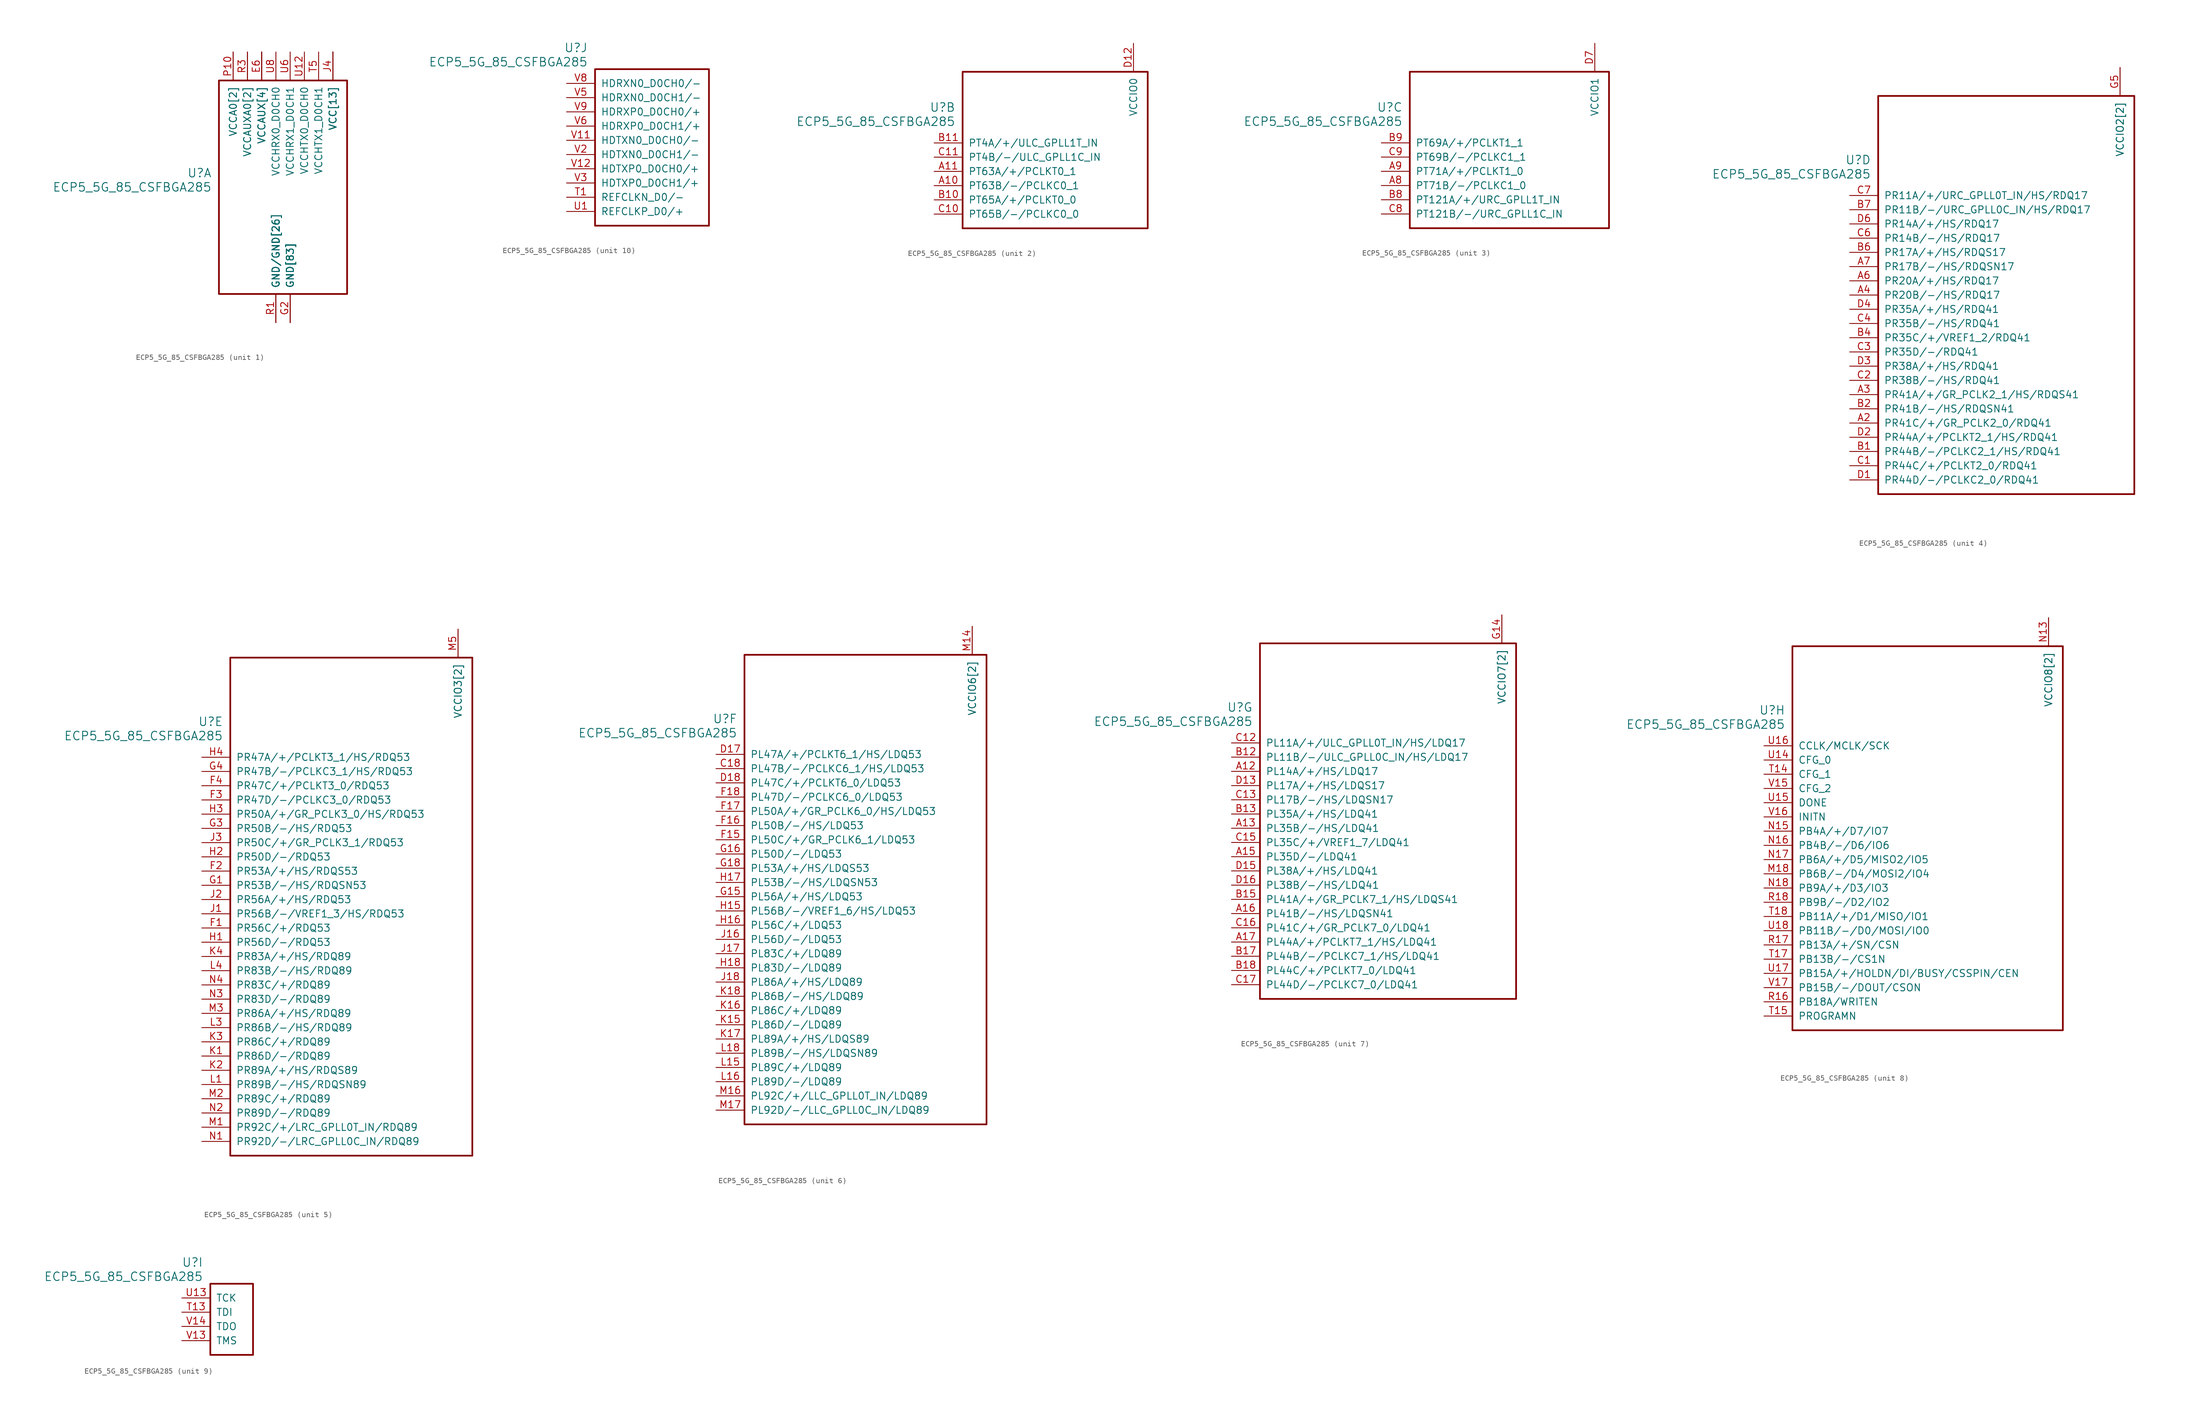
<source format=kicad_sym>
(kicad_symbol_lib
  (version 20211014)
  (generator kicad_symbol_editor)
  (symbol "ECP5_5G_85_CSFBGA285"
    (pin_names
      (offset 1.016))
    (property "Reference" "U"
      (at 3.81 6.35 0)
      (effects (font (size 1.524 1.524)) (justify right)))
    (property "Value" "ECP5_5G_85_CSFBGA285"
      (at 3.81 3.81 0)
      (effects (font (size 1.524 1.524)) (justify right)))
    (property "ki_locked" ""
      (at 0 0 0)
      (effects (font (size 1.27 1.27))))
    (symbol "ECP5_5G_85_CSFBGA285_1_1"
      (rectangle (start 5.08 22.86) (end 27.94 -15.24) (stroke (width 0.305) (type default) (color 0 0 0 0)) (fill (type none)))
      (pin power_in line (at 17.78 -20.32 90) (length 5.08) (name "GND[83]" (effects (font (size 1.27 1.27)))) (number "B16" (effects (font (size 0 0)))))
      (pin power_in line (at 17.78 -20.32 90) (length 5.08) (name "GND[83]" (effects (font (size 1.27 1.27)))) (number "B3" (effects (font (size 0 0)))))
      (pin power_in line (at 25.4 27.94 270) (length 5.08) (name "VCC[13]" (effects (font (size 1.27 1.27)))) (number "D10" (effects (font (size 0 0)))))
      (pin power_in line (at 25.4 27.94 270) (length 5.08) (name "VCC[13]" (effects (font (size 1.27 1.27)))) (number "D11" (effects (font (size 0 0)))))
      (pin power_in line (at 25.4 27.94 270) (length 5.08) (name "VCC[13]" (effects (font (size 1.27 1.27)))) (number "D8" (effects (font (size 0 0)))))
      (pin power_in line (at 25.4 27.94 270) (length 5.08) (name "VCC[13]" (effects (font (size 1.27 1.27)))) (number "D9" (effects (font (size 0 0)))))
      (pin power_in line (at 17.78 -20.32 90) (length 5.08) (name "GND[83]" (effects (font (size 1.27 1.27)))) (number "E10" (effects (font (size 0 0)))))
      (pin power_in line (at 17.78 -20.32 90) (length 5.08) (name "GND[83]" (effects (font (size 1.27 1.27)))) (number "E11" (effects (font (size 0 0)))))
      (pin power_in line (at 17.78 -20.32 90) (length 5.08) (name "GND[83]" (effects (font (size 1.27 1.27)))) (number "E12" (effects (font (size 0 0)))))
      (pin power_in line (at 12.7 27.94 270) (length 5.08) (name "VCCAUX[4]" (effects (font (size 1.27 1.27)))) (number "E13" (effects (font (size 0 0)))))
      (pin power_in line (at 17.78 -20.32 90) (length 5.08) (name "GND[83]" (effects (font (size 1.27 1.27)))) (number "E14" (effects (font (size 0 0)))))
      (pin power_in line (at 17.78 -20.32 90) (length 5.08) (name "GND[83]" (effects (font (size 1.27 1.27)))) (number "E5" (effects (font (size 0 0)))))
      (pin power_in line (at 12.7 27.94 270) (length 5.08) (name "VCCAUX[4]" (effects (font (size 1.27 1.27)))) (number "E6" (effects (font (size 1.27 1.27)))))
      (pin power_in line (at 17.78 -20.32 90) (length 5.08) (name "GND[83]" (effects (font (size 1.27 1.27)))) (number "E7" (effects (font (size 0 0)))))
      (pin power_in line (at 17.78 -20.32 90) (length 5.08) (name "GND[83]" (effects (font (size 1.27 1.27)))) (number "E8" (effects (font (size 0 0)))))
      (pin power_in line (at 17.78 -20.32 90) (length 5.08) (name "GND[83]" (effects (font (size 1.27 1.27)))) (number "E9" (effects (font (size 0 0)))))
      (pin power_in line (at 17.78 -20.32 90) (length 5.08) (name "GND[83]" (effects (font (size 1.27 1.27)))) (number "F10" (effects (font (size 0 0)))))
      (pin power_in line (at 17.78 -20.32 90) (length 5.08) (name "GND[83]" (effects (font (size 1.27 1.27)))) (number "F11" (effects (font (size 0 0)))))
      (pin power_in line (at 17.78 -20.32 90) (length 5.08) (name "GND[83]" (effects (font (size 1.27 1.27)))) (number "F12" (effects (font (size 0 0)))))
      (pin power_in line (at 17.78 -20.32 90) (length 5.08) (name "GND[83]" (effects (font (size 1.27 1.27)))) (number "F13" (effects (font (size 0 0)))))
      (pin power_in line (at 17.78 -20.32 90) (length 5.08) (name "GND[83]" (effects (font (size 1.27 1.27)))) (number "F14" (effects (font (size 0 0)))))
      (pin power_in line (at 17.78 -20.32 90) (length 5.08) (name "GND[83]" (effects (font (size 1.27 1.27)))) (number "F5" (effects (font (size 0 0)))))
      (pin power_in line (at 17.78 -20.32 90) (length 5.08) (name "GND[83]" (effects (font (size 1.27 1.27)))) (number "F6" (effects (font (size 0 0)))))
      (pin power_in line (at 17.78 -20.32 90) (length 5.08) (name "GND[83]" (effects (font (size 1.27 1.27)))) (number "F7" (effects (font (size 0 0)))))
      (pin power_in line (at 17.78 -20.32 90) (length 5.08) (name "GND[83]" (effects (font (size 1.27 1.27)))) (number "F8" (effects (font (size 0 0)))))
      (pin power_in line (at 17.78 -20.32 90) (length 5.08) (name "GND[83]" (effects (font (size 1.27 1.27)))) (number "F9" (effects (font (size 0 0)))))
      (pin power_in line (at 17.78 -20.32 90) (length 5.08) (name "GND[83]" (effects (font (size 1.27 1.27)))) (number "G10" (effects (font (size 0 0)))))
      (pin power_in line (at 17.78 -20.32 90) (length 5.08) (name "GND[83]" (effects (font (size 1.27 1.27)))) (number "G11" (effects (font (size 0 0)))))
      (pin power_in line (at 17.78 -20.32 90) (length 5.08) (name "GND[83]" (effects (font (size 1.27 1.27)))) (number "G12" (effects (font (size 0 0)))))
      (pin power_in line (at 17.78 -20.32 90) (length 5.08) (name "GND[83]" (effects (font (size 1.27 1.27)))) (number "G13" (effects (font (size 0 0)))))
      (pin power_in line (at 17.78 -20.32 90) (length 5.08) (name "GND[83]" (effects (font (size 1.27 1.27)))) (number "G17" (effects (font (size 0 0)))))
      (pin power_in line (at 17.78 -20.32 90) (length 5.08) (name "GND[83]" (effects (font (size 1.27 1.27)))) (number "G2" (effects (font (size 1.27 1.27)))))
      (pin power_in line (at 17.78 -20.32 90) (length 5.08) (name "GND[83]" (effects (font (size 1.27 1.27)))) (number "G6" (effects (font (size 0 0)))))
      (pin power_in line (at 17.78 -20.32 90) (length 5.08) (name "GND[83]" (effects (font (size 1.27 1.27)))) (number "G7" (effects (font (size 0 0)))))
      (pin power_in line (at 17.78 -20.32 90) (length 5.08) (name "GND[83]" (effects (font (size 1.27 1.27)))) (number "G8" (effects (font (size 0 0)))))
      (pin power_in line (at 17.78 -20.32 90) (length 5.08) (name "GND[83]" (effects (font (size 1.27 1.27)))) (number "G9" (effects (font (size 0 0)))))
      (pin power_in line (at 17.78 -20.32 90) (length 5.08) (name "GND[83]" (effects (font (size 1.27 1.27)))) (number "H10" (effects (font (size 0 0)))))
      (pin power_in line (at 17.78 -20.32 90) (length 5.08) (name "GND[83]" (effects (font (size 1.27 1.27)))) (number "H11" (effects (font (size 0 0)))))
      (pin power_in line (at 17.78 -20.32 90) (length 5.08) (name "GND[83]" (effects (font (size 1.27 1.27)))) (number "H12" (effects (font (size 0 0)))))
      (pin power_in line (at 17.78 -20.32 90) (length 5.08) (name "GND[83]" (effects (font (size 1.27 1.27)))) (number "H13" (effects (font (size 0 0)))))
      (pin power_in line (at 17.78 -20.32 90) (length 5.08) (name "GND[83]" (effects (font (size 1.27 1.27)))) (number "H6" (effects (font (size 0 0)))))
      (pin power_in line (at 17.78 -20.32 90) (length 5.08) (name "GND[83]" (effects (font (size 1.27 1.27)))) (number "H7" (effects (font (size 0 0)))))
      (pin power_in line (at 17.78 -20.32 90) (length 5.08) (name "GND[83]" (effects (font (size 1.27 1.27)))) (number "H8" (effects (font (size 0 0)))))
      (pin power_in line (at 17.78 -20.32 90) (length 5.08) (name "GND[83]" (effects (font (size 1.27 1.27)))) (number "H9" (effects (font (size 0 0)))))
      (pin power_in line (at 17.78 -20.32 90) (length 5.08) (name "GND[83]" (effects (font (size 1.27 1.27)))) (number "J10" (effects (font (size 0 0)))))
      (pin power_in line (at 17.78 -20.32 90) (length 5.08) (name "GND[83]" (effects (font (size 1.27 1.27)))) (number "J11" (effects (font (size 0 0)))))
      (pin power_in line (at 17.78 -20.32 90) (length 5.08) (name "GND[83]" (effects (font (size 1.27 1.27)))) (number "J12" (effects (font (size 0 0)))))
      (pin power_in line (at 17.78 -20.32 90) (length 5.08) (name "GND[83]" (effects (font (size 1.27 1.27)))) (number "J13" (effects (font (size 0 0)))))
      (pin power_in line (at 25.4 27.94 270) (length 5.08) (name "VCC[13]" (effects (font (size 1.27 1.27)))) (number "J14" (effects (font (size 0 0)))))
      (pin power_in line (at 25.4 27.94 270) (length 5.08) (name "VCC[13]" (effects (font (size 1.27 1.27)))) (number "J15" (effects (font (size 0 0)))))
      (pin power_in line (at 25.4 27.94 270) (length 5.08) (name "VCC[13]" (effects (font (size 1.27 1.27)))) (number "J4" (effects (font (size 1.27 1.27)))))
      (pin power_in line (at 25.4 27.94 270) (length 5.08) (name "VCC[13]" (effects (font (size 1.27 1.27)))) (number "J5" (effects (font (size 0 0)))))
      (pin power_in line (at 17.78 -20.32 90) (length 5.08) (name "GND[83]" (effects (font (size 1.27 1.27)))) (number "J6" (effects (font (size 0 0)))))
      (pin power_in line (at 17.78 -20.32 90) (length 5.08) (name "GND[83]" (effects (font (size 1.27 1.27)))) (number "J7" (effects (font (size 0 0)))))
      (pin power_in line (at 17.78 -20.32 90) (length 5.08) (name "GND[83]" (effects (font (size 1.27 1.27)))) (number "J8" (effects (font (size 0 0)))))
      (pin power_in line (at 17.78 -20.32 90) (length 5.08) (name "GND[83]" (effects (font (size 1.27 1.27)))) (number "J9" (effects (font (size 0 0)))))
      (pin power_in line (at 17.78 -20.32 90) (length 5.08) (name "GND[83]" (effects (font (size 1.27 1.27)))) (number "K10" (effects (font (size 0 0)))))
      (pin power_in line (at 17.78 -20.32 90) (length 5.08) (name "GND[83]" (effects (font (size 1.27 1.27)))) (number "K11" (effects (font (size 0 0)))))
      (pin power_in line (at 17.78 -20.32 90) (length 5.08) (name "GND[83]" (effects (font (size 1.27 1.27)))) (number "K12" (effects (font (size 0 0)))))
      (pin power_in line (at 17.78 -20.32 90) (length 5.08) (name "GND[83]" (effects (font (size 1.27 1.27)))) (number "K13" (effects (font (size 0 0)))))
      (pin power_in line (at 17.78 -20.32 90) (length 5.08) (name "GND[83]" (effects (font (size 1.27 1.27)))) (number "K14" (effects (font (size 0 0)))))
      (pin power_in line (at 17.78 -20.32 90) (length 5.08) (name "GND[83]" (effects (font (size 1.27 1.27)))) (number "K5" (effects (font (size 0 0)))))
      (pin power_in line (at 17.78 -20.32 90) (length 5.08) (name "GND[83]" (effects (font (size 1.27 1.27)))) (number "K6" (effects (font (size 0 0)))))
      (pin power_in line (at 17.78 -20.32 90) (length 5.08) (name "GND[83]" (effects (font (size 1.27 1.27)))) (number "K7" (effects (font (size 0 0)))))
      (pin power_in line (at 17.78 -20.32 90) (length 5.08) (name "GND[83]" (effects (font (size 1.27 1.27)))) (number "K8" (effects (font (size 0 0)))))
      (pin power_in line (at 17.78 -20.32 90) (length 5.08) (name "GND[83]" (effects (font (size 1.27 1.27)))) (number "K9" (effects (font (size 0 0)))))
      (pin power_in line (at 17.78 -20.32 90) (length 5.08) (name "GND[83]" (effects (font (size 1.27 1.27)))) (number "L10" (effects (font (size 0 0)))))
      (pin power_in line (at 17.78 -20.32 90) (length 5.08) (name "GND[83]" (effects (font (size 1.27 1.27)))) (number "L11" (effects (font (size 0 0)))))
      (pin power_in line (at 17.78 -20.32 90) (length 5.08) (name "GND[83]" (effects (font (size 1.27 1.27)))) (number "L12" (effects (font (size 0 0)))))
      (pin power_in line (at 17.78 -20.32 90) (length 5.08) (name "GND[83]" (effects (font (size 1.27 1.27)))) (number "L13" (effects (font (size 0 0)))))
      (pin power_in line (at 17.78 -20.32 90) (length 5.08) (name "GND[83]" (effects (font (size 1.27 1.27)))) (number "L14" (effects (font (size 0 0)))))
      (pin power_in line (at 17.78 -20.32 90) (length 5.08) (name "GND[83]" (effects (font (size 1.27 1.27)))) (number "L17" (effects (font (size 0 0)))))
      (pin power_in line (at 17.78 -20.32 90) (length 5.08) (name "GND[83]" (effects (font (size 1.27 1.27)))) (number "L2" (effects (font (size 0 0)))))
      (pin power_in line (at 17.78 -20.32 90) (length 5.08) (name "GND[83]" (effects (font (size 1.27 1.27)))) (number "L5" (effects (font (size 0 0)))))
      (pin power_in line (at 17.78 -20.32 90) (length 5.08) (name "GND[83]" (effects (font (size 1.27 1.27)))) (number "L6" (effects (font (size 0 0)))))
      (pin power_in line (at 17.78 -20.32 90) (length 5.08) (name "GND[83]" (effects (font (size 1.27 1.27)))) (number "L7" (effects (font (size 0 0)))))
      (pin power_in line (at 17.78 -20.32 90) (length 5.08) (name "GND[83]" (effects (font (size 1.27 1.27)))) (number "L8" (effects (font (size 0 0)))))
      (pin power_in line (at 17.78 -20.32 90) (length 5.08) (name "GND[83]" (effects (font (size 1.27 1.27)))) (number "L9" (effects (font (size 0 0)))))
      (pin power_in line (at 17.78 -20.32 90) (length 5.08) (name "GND[83]" (effects (font (size 1.27 1.27)))) (number "M10" (effects (font (size 0 0)))))
      (pin power_in line (at 17.78 -20.32 90) (length 5.08) (name "GND[83]" (effects (font (size 1.27 1.27)))) (number "M11" (effects (font (size 0 0)))))
      (pin power_in line (at 17.78 -20.32 90) (length 5.08) (name "GND[83]" (effects (font (size 1.27 1.27)))) (number "M12" (effects (font (size 0 0)))))
      (pin power_in line (at 17.78 -20.32 90) (length 5.08) (name "GND[83]" (effects (font (size 1.27 1.27)))) (number "M13" (effects (font (size 0 0)))))
      (pin power_in line (at 25.4 27.94 270) (length 5.08) (name "VCC[13]" (effects (font (size 1.27 1.27)))) (number "M15" (effects (font (size 0 0)))))
      (pin power_in line (at 25.4 27.94 270) (length 5.08) (name "VCC[13]" (effects (font (size 1.27 1.27)))) (number "M4" (effects (font (size 0 0)))))
      (pin power_in line (at 17.78 -20.32 90) (length 5.08) (name "GND[83]" (effects (font (size 1.27 1.27)))) (number "M6" (effects (font (size 0 0)))))
      (pin power_in line (at 17.78 -20.32 90) (length 5.08) (name "GND[83]" (effects (font (size 1.27 1.27)))) (number "M7" (effects (font (size 0 0)))))
      (pin power_in line (at 17.78 -20.32 90) (length 5.08) (name "GND[83]" (effects (font (size 1.27 1.27)))) (number "M8" (effects (font (size 0 0)))))
      (pin power_in line (at 17.78 -20.32 90) (length 5.08) (name "GND[83]" (effects (font (size 1.27 1.27)))) (number "M9" (effects (font (size 0 0)))))
      (pin power_in line (at 17.78 -20.32 90) (length 5.08) (name "GND[83]" (effects (font (size 1.27 1.27)))) (number "N10" (effects (font (size 0 0)))))
      (pin power_in line (at 17.78 -20.32 90) (length 5.08) (name "GND[83]" (effects (font (size 1.27 1.27)))) (number "N11" (effects (font (size 0 0)))))
      (pin power_in line (at 17.78 -20.32 90) (length 5.08) (name "GND[83]" (effects (font (size 1.27 1.27)))) (number "N12" (effects (font (size 0 0)))))
      (pin power_in line (at 12.7 27.94 270) (length 5.08) (name "VCCAUX[4]" (effects (font (size 1.27 1.27)))) (number "N6" (effects (font (size 0 0)))))
      (pin power_in line (at 17.78 -20.32 90) (length 5.08) (name "GND[83]" (effects (font (size 1.27 1.27)))) (number "N7" (effects (font (size 0 0)))))
      (pin power_in line (at 17.78 -20.32 90) (length 5.08) (name "GND[83]" (effects (font (size 1.27 1.27)))) (number "N8" (effects (font (size 0 0)))))
      (pin power_in line (at 17.78 -20.32 90) (length 5.08) (name "GND[83]" (effects (font (size 1.27 1.27)))) (number "N9" (effects (font (size 0 0)))))
      (pin power_in line (at 7.62 27.94 270) (length 5.08) (name "VCCA0[2]" (effects (font (size 1.27 1.27)))) (number "P10" (effects (font (size 1.27 1.27)))))
      (pin power_in line (at 25.4 27.94 270) (length 5.08) (name "VCC[13]" (effects (font (size 1.27 1.27)))) (number "P11" (effects (font (size 0 0)))))
      (pin power_in line (at 15.24 -20.32 90) (length 5.08) (name "GND/GND[26]" (effects (font (size 1.27 1.27)))) (number "P12" (effects (font (size 0 0)))))
      (pin power_in line (at 12.7 27.94 270) (length 5.08) (name "VCCAUX[4]" (effects (font (size 1.27 1.27)))) (number "P13" (effects (font (size 0 0)))))
      (pin power_in line (at 10.16 27.94 270) (length 5.08) (name "VCCAUXA0[2]" (effects (font (size 1.27 1.27)))) (number "P5" (effects (font (size 0 0)))))
      (pin power_in line (at 15.24 -20.32 90) (length 5.08) (name "GND/GND[26]" (effects (font (size 1.27 1.27)))) (number "P6" (effects (font (size 0 0)))))
      (pin power_in line (at 25.4 27.94 270) (length 5.08) (name "VCC[13]" (effects (font (size 1.27 1.27)))) (number "P7" (effects (font (size 0 0)))))
      (pin power_in line (at 15.24 -20.32 90) (length 5.08) (name "GND/GND[26]" (effects (font (size 1.27 1.27)))) (number "P8" (effects (font (size 0 0)))))
      (pin power_in line (at 25.4 27.94 270) (length 5.08) (name "VCC[13]" (effects (font (size 1.27 1.27)))) (number "P9" (effects (font (size 0 0)))))
      (pin power_in line (at 15.24 -20.32 90) (length 5.08) (name "GND/GND[26]" (effects (font (size 1.27 1.27)))) (number "R1" (effects (font (size 1.27 1.27)))))
      (pin power_in line (at 7.62 27.94 270) (length 5.08) (name "VCCA0[2]" (effects (font (size 1.27 1.27)))) (number "R10" (effects (font (size 0 0)))))
      (pin power_in line (at 15.24 -20.32 90) (length 5.08) (name "GND/GND[26]" (effects (font (size 1.27 1.27)))) (number "R2" (effects (font (size 0 0)))))
      (pin power_in line (at 10.16 27.94 270) (length 5.08) (name "VCCAUXA0[2]" (effects (font (size 1.27 1.27)))) (number "R3" (effects (font (size 1.27 1.27)))))
      (pin power_in line (at 15.24 -20.32 90) (length 5.08) (name "GND/GND[26]" (effects (font (size 1.27 1.27)))) (number "T10" (effects (font (size 0 0)))))
      (pin power_in line (at 15.24 -20.32 90) (length 5.08) (name "GND/GND[26]" (effects (font (size 1.27 1.27)))) (number "T11" (effects (font (size 0 0)))))
      (pin power_in line (at 15.24 -20.32 90) (length 5.08) (name "GND/GND[26]" (effects (font (size 1.27 1.27)))) (number "T12" (effects (font (size 0 0)))))
      (pin power_in line (at 17.78 -20.32 90) (length 5.08) (name "GND[83]" (effects (font (size 1.27 1.27)))) (number "T16" (effects (font (size 0 0)))))
      (pin power_in line (at 15.24 -20.32 90) (length 5.08) (name "GND/GND[26]" (effects (font (size 1.27 1.27)))) (number "T2" (effects (font (size 0 0)))))
      (pin power_in line (at 15.24 -20.32 90) (length 5.08) (name "GND/GND[26]" (effects (font (size 1.27 1.27)))) (number "T3" (effects (font (size 0 0)))))
      (pin power_in line (at 15.24 -20.32 90) (length 5.08) (name "GND/GND[26]" (effects (font (size 1.27 1.27)))) (number "T4" (effects (font (size 0 0)))))
      (pin power_in line (at 22.86 27.94 270) (length 5.08) (name "VCCHTX1_D0CH1" (effects (font (size 1.27 1.27)))) (number "T5" (effects (font (size 1.27 1.27)))))
      (pin power_in line (at 15.24 -20.32 90) (length 5.08) (name "GND/GND[26]" (effects (font (size 1.27 1.27)))) (number "T6" (effects (font (size 0 0)))))
      (pin power_in line (at 15.24 -20.32 90) (length 5.08) (name "GND/GND[26]" (effects (font (size 1.27 1.27)))) (number "T7" (effects (font (size 0 0)))))
      (pin power_in line (at 15.24 -20.32 90) (length 5.08) (name "GND/GND[26]" (effects (font (size 1.27 1.27)))) (number "T8" (effects (font (size 0 0)))))
      (pin power_in line (at 15.24 -20.32 90) (length 5.08) (name "GND/GND[26]" (effects (font (size 1.27 1.27)))) (number "T9" (effects (font (size 0 0)))))
      (pin power_in line (at 15.24 -20.32 90) (length 5.08) (name "GND/GND[26]" (effects (font (size 1.27 1.27)))) (number "U10" (effects (font (size 0 0)))))
      (pin power_in line (at 15.24 -20.32 90) (length 5.08) (name "GND/GND[26]" (effects (font (size 1.27 1.27)))) (number "U11" (effects (font (size 0 0)))))
      (pin power_in line (at 20.32 27.94 270) (length 5.08) (name "VCCHTX0_D0CH0" (effects (font (size 1.27 1.27)))) (number "U12" (effects (font (size 1.27 1.27)))))
      (pin power_in line (at 15.24 -20.32 90) (length 5.08) (name "GND/GND[26]" (effects (font (size 1.27 1.27)))) (number "U2" (effects (font (size 0 0)))))
      (pin power_in line (at 15.24 -20.32 90) (length 5.08) (name "GND/GND[26]" (effects (font (size 1.27 1.27)))) (number "U3" (effects (font (size 0 0)))))
      (pin power_in line (at 15.24 -20.32 90) (length 5.08) (name "GND/GND[26]" (effects (font (size 1.27 1.27)))) (number "U4" (effects (font (size 0 0)))))
      (pin power_in line (at 15.24 -20.32 90) (length 5.08) (name "GND/GND[26]" (effects (font (size 1.27 1.27)))) (number "U5" (effects (font (size 0 0)))))
      (pin power_in line (at 17.78 27.94 270) (length 5.08) (name "VCCHRX1_D0CH1" (effects (font (size 1.27 1.27)))) (number "U6" (effects (font (size 1.27 1.27)))))
      (pin power_in line (at 15.24 -20.32 90) (length 5.08) (name "GND/GND[26]" (effects (font (size 1.27 1.27)))) (number "U7" (effects (font (size 0 0)))))
      (pin power_in line (at 15.24 27.94 270) (length 5.08) (name "VCCHRX0_D0CH0" (effects (font (size 1.27 1.27)))) (number "U8" (effects (font (size 1.27 1.27)))))
      (pin power_in line (at 15.24 -20.32 90) (length 5.08) (name "GND/GND[26]" (effects (font (size 1.27 1.27)))) (number "U9" (effects (font (size 0 0)))))
      (pin power_in line (at 15.24 -20.32 90) (length 5.08) (name "GND/GND[26]" (effects (font (size 1.27 1.27)))) (number "V10" (effects (font (size 0 0)))))
      (pin power_in line (at 15.24 -20.32 90) (length 5.08) (name "GND/GND[26]" (effects (font (size 1.27 1.27)))) (number "V4" (effects (font (size 0 0)))))
      (pin power_in line (at 15.24 -20.32 90) (length 5.08) (name "GND/GND[26]" (effects (font (size 1.27 1.27)))) (number "V7" (effects (font (size 0 0))))))
    (symbol "ECP5_5G_85_CSFBGA285_2_1"
      (rectangle (start 5.08 12.7) (end 38.1 -15.24) (stroke (width 0.305) (type default) (color 0 0 0 0)) (fill (type none)))
      (pin bidirectional line (at 0 -7.62 0) (length 5.08) (name "PT63B/-/PCLKC0_1" (effects (font (size 1.27 1.27)))) (number "A10" (effects (font (size 1.27 1.27)))))
      (pin bidirectional line (at 0 -5.08 0) (length 5.08) (name "PT63A/+/PCLKT0_1" (effects (font (size 1.27 1.27)))) (number "A11" (effects (font (size 1.27 1.27)))))
      (pin bidirectional line (at 0 -10.16 0) (length 5.08) (name "PT65A/+/PCLKT0_0" (effects (font (size 1.27 1.27)))) (number "B10" (effects (font (size 1.27 1.27)))))
      (pin bidirectional line (at 0 0 0) (length 5.08) (name "PT4A/+/ULC_GPLL1T_IN" (effects (font (size 1.27 1.27)))) (number "B11" (effects (font (size 1.27 1.27)))))
      (pin bidirectional line (at 0 -12.7 0) (length 5.08) (name "PT65B/-/PCLKC0_0" (effects (font (size 1.27 1.27)))) (number "C10" (effects (font (size 1.27 1.27)))))
      (pin bidirectional line (at 0 -2.54 0) (length 5.08) (name "PT4B/-/ULC_GPLL1C_IN" (effects (font (size 1.27 1.27)))) (number "C11" (effects (font (size 1.27 1.27)))))
      (pin power_in line (at 35.56 17.78 270) (length 5.08) (name "VCCIO0" (effects (font (size 1.27 1.27)))) (number "D12" (effects (font (size 1.27 1.27))))))
    (symbol "ECP5_5G_85_CSFBGA285_3_1"
      (rectangle (start 5.08 12.7) (end 40.64 -15.24) (stroke (width 0.305) (type default) (color 0 0 0 0)) (fill (type none)))
      (pin bidirectional line (at 0 -7.62 0) (length 5.08) (name "PT71B/-/PCLKC1_0" (effects (font (size 1.27 1.27)))) (number "A8" (effects (font (size 1.27 1.27)))))
      (pin bidirectional line (at 0 -5.08 0) (length 5.08) (name "PT71A/+/PCLKT1_0" (effects (font (size 1.27 1.27)))) (number "A9" (effects (font (size 1.27 1.27)))))
      (pin bidirectional line (at 0 -10.16 0) (length 5.08) (name "PT121A/+/URC_GPLL1T_IN" (effects (font (size 1.27 1.27)))) (number "B8" (effects (font (size 1.27 1.27)))))
      (pin bidirectional line (at 0 0 0) (length 5.08) (name "PT69A/+/PCLKT1_1" (effects (font (size 1.27 1.27)))) (number "B9" (effects (font (size 1.27 1.27)))))
      (pin bidirectional line (at 0 -12.7 0) (length 5.08) (name "PT121B/-/URC_GPLL1C_IN" (effects (font (size 1.27 1.27)))) (number "C8" (effects (font (size 1.27 1.27)))))
      (pin bidirectional line (at 0 -2.54 0) (length 5.08) (name "PT69B/-/PCLKC1_1" (effects (font (size 1.27 1.27)))) (number "C9" (effects (font (size 1.27 1.27)))))
      (pin power_in line (at 38.1 17.78 270) (length 5.08) (name "VCCIO1" (effects (font (size 1.27 1.27)))) (number "D7" (effects (font (size 1.27 1.27))))))
    (symbol "ECP5_5G_85_CSFBGA285_4_1"
      (rectangle (start 5.08 17.78) (end 50.8 -53.34) (stroke (width 0.305) (type default) (color 0 0 0 0)) (fill (type none)))
      (pin bidirectional line (at 0 -40.64 0) (length 5.08) (name "PR41C/+/GR_PCLK2_0/RDQ41" (effects (font (size 1.27 1.27)))) (number "A2" (effects (font (size 1.27 1.27)))))
      (pin bidirectional line (at 0 -35.56 0) (length 5.08) (name "PR41A/+/GR_PCLK2_1/HS/RDQS41" (effects (font (size 1.27 1.27)))) (number "A3" (effects (font (size 1.27 1.27)))))
      (pin bidirectional line (at 0 -17.78 0) (length 5.08) (name "PR20B/-/HS/RDQ17" (effects (font (size 1.27 1.27)))) (number "A4" (effects (font (size 1.27 1.27)))))
      (pin bidirectional line (at 0 -15.24 0) (length 5.08) (name "PR20A/+/HS/RDQ17" (effects (font (size 1.27 1.27)))) (number "A6" (effects (font (size 1.27 1.27)))))
      (pin bidirectional line (at 0 -12.7 0) (length 5.08) (name "PR17B/-/HS/RDQSN17" (effects (font (size 1.27 1.27)))) (number "A7" (effects (font (size 1.27 1.27)))))
      (pin bidirectional line (at 0 -45.72 0) (length 5.08) (name "PR44B/-/PCLKC2_1/HS/RDQ41" (effects (font (size 1.27 1.27)))) (number "B1" (effects (font (size 1.27 1.27)))))
      (pin bidirectional line (at 0 -38.1 0) (length 5.08) (name "PR41B/-/HS/RDQSN41" (effects (font (size 1.27 1.27)))) (number "B2" (effects (font (size 1.27 1.27)))))
      (pin bidirectional line (at 0 -25.4 0) (length 5.08) (name "PR35C/+/VREF1_2/RDQ41" (effects (font (size 1.27 1.27)))) (number "B4" (effects (font (size 1.27 1.27)))))
      (pin bidirectional line (at 0 -10.16 0) (length 5.08) (name "PR17A/+/HS/RDQS17" (effects (font (size 1.27 1.27)))) (number "B6" (effects (font (size 1.27 1.27)))))
      (pin bidirectional line (at 0 -2.54 0) (length 5.08) (name "PR11B/-/URC_GPLL0C_IN/HS/RDQ17" (effects (font (size 1.27 1.27)))) (number "B7" (effects (font (size 1.27 1.27)))))
      (pin bidirectional line (at 0 -48.26 0) (length 5.08) (name "PR44C/+/PCLKT2_0/RDQ41" (effects (font (size 1.27 1.27)))) (number "C1" (effects (font (size 1.27 1.27)))))
      (pin bidirectional line (at 0 -33.02 0) (length 5.08) (name "PR38B/-/HS/RDQ41" (effects (font (size 1.27 1.27)))) (number "C2" (effects (font (size 1.27 1.27)))))
      (pin bidirectional line (at 0 -27.94 0) (length 5.08) (name "PR35D/-/RDQ41" (effects (font (size 1.27 1.27)))) (number "C3" (effects (font (size 1.27 1.27)))))
      (pin bidirectional line (at 0 -22.86 0) (length 5.08) (name "PR35B/-/HS/RDQ41" (effects (font (size 1.27 1.27)))) (number "C4" (effects (font (size 1.27 1.27)))))
      (pin bidirectional line (at 0 -7.62 0) (length 5.08) (name "PR14B/-/HS/RDQ17" (effects (font (size 1.27 1.27)))) (number "C6" (effects (font (size 1.27 1.27)))))
      (pin bidirectional line (at 0 0 0) (length 5.08) (name "PR11A/+/URC_GPLL0T_IN/HS/RDQ17" (effects (font (size 1.27 1.27)))) (number "C7" (effects (font (size 1.27 1.27)))))
      (pin bidirectional line (at 0 -50.8 0) (length 5.08) (name "PR44D/-/PCLKC2_0/RDQ41" (effects (font (size 1.27 1.27)))) (number "D1" (effects (font (size 1.27 1.27)))))
      (pin bidirectional line (at 0 -43.18 0) (length 5.08) (name "PR44A/+/PCLKT2_1/HS/RDQ41" (effects (font (size 1.27 1.27)))) (number "D2" (effects (font (size 1.27 1.27)))))
      (pin bidirectional line (at 0 -30.48 0) (length 5.08) (name "PR38A/+/HS/RDQ41" (effects (font (size 1.27 1.27)))) (number "D3" (effects (font (size 1.27 1.27)))))
      (pin bidirectional line (at 0 -20.32 0) (length 5.08) (name "PR35A/+/HS/RDQ41" (effects (font (size 1.27 1.27)))) (number "D4" (effects (font (size 1.27 1.27)))))
      (pin bidirectional line (at 0 -5.08 0) (length 5.08) (name "PR14A/+/HS/RDQ17" (effects (font (size 1.27 1.27)))) (number "D6" (effects (font (size 1.27 1.27)))))
      (pin power_in line (at 48.26 22.86 270) (length 5.08) (name "VCCIO2[2]" (effects (font (size 1.27 1.27)))) (number "G5" (effects (font (size 1.27 1.27)))))
      (pin power_in line (at 48.26 22.86 270) (length 5.08) (name "VCCIO2[2]" (effects (font (size 1.27 1.27)))) (number "H5" (effects (font (size 0 0))))))
    (symbol "ECP5_5G_85_CSFBGA285_5_1"
      (rectangle (start 5.08 17.78) (end 48.26 -71.12) (stroke (width 0.305) (type default) (color 0 0 0 0)) (fill (type none)))
      (pin bidirectional line (at 0 -30.48 0) (length 5.08) (name "PR56C/+/RDQ53" (effects (font (size 1.27 1.27)))) (number "F1" (effects (font (size 1.27 1.27)))))
      (pin bidirectional line (at 0 -20.32 0) (length 5.08) (name "PR53A/+/HS/RDQS53" (effects (font (size 1.27 1.27)))) (number "F2" (effects (font (size 1.27 1.27)))))
      (pin bidirectional line (at 0 -7.62 0) (length 5.08) (name "PR47D/-/PCLKC3_0/RDQ53" (effects (font (size 1.27 1.27)))) (number "F3" (effects (font (size 1.27 1.27)))))
      (pin bidirectional line (at 0 -5.08 0) (length 5.08) (name "PR47C/+/PCLKT3_0/RDQ53" (effects (font (size 1.27 1.27)))) (number "F4" (effects (font (size 1.27 1.27)))))
      (pin bidirectional line (at 0 -22.86 0) (length 5.08) (name "PR53B/-/HS/RDQSN53" (effects (font (size 1.27 1.27)))) (number "G1" (effects (font (size 1.27 1.27)))))
      (pin bidirectional line (at 0 -12.7 0) (length 5.08) (name "PR50B/-/HS/RDQ53" (effects (font (size 1.27 1.27)))) (number "G3" (effects (font (size 1.27 1.27)))))
      (pin bidirectional line (at 0 -2.54 0) (length 5.08) (name "PR47B/-/PCLKC3_1/HS/RDQ53" (effects (font (size 1.27 1.27)))) (number "G4" (effects (font (size 1.27 1.27)))))
      (pin bidirectional line (at 0 -33.02 0) (length 5.08) (name "PR56D/-/RDQ53" (effects (font (size 1.27 1.27)))) (number "H1" (effects (font (size 1.27 1.27)))))
      (pin bidirectional line (at 0 -17.78 0) (length 5.08) (name "PR50D/-/RDQ53" (effects (font (size 1.27 1.27)))) (number "H2" (effects (font (size 1.27 1.27)))))
      (pin bidirectional line (at 0 -10.16 0) (length 5.08) (name "PR50A/+/GR_PCLK3_0/HS/RDQ53" (effects (font (size 1.27 1.27)))) (number "H3" (effects (font (size 1.27 1.27)))))
      (pin bidirectional line (at 0 0 0) (length 5.08) (name "PR47A/+/PCLKT3_1/HS/RDQ53" (effects (font (size 1.27 1.27)))) (number "H4" (effects (font (size 1.27 1.27)))))
      (pin bidirectional line (at 0 -27.94 0) (length 5.08) (name "PR56B/-/VREF1_3/HS/RDQ53" (effects (font (size 1.27 1.27)))) (number "J1" (effects (font (size 1.27 1.27)))))
      (pin bidirectional line (at 0 -25.4 0) (length 5.08) (name "PR56A/+/HS/RDQ53" (effects (font (size 1.27 1.27)))) (number "J2" (effects (font (size 1.27 1.27)))))
      (pin bidirectional line (at 0 -15.24 0) (length 5.08) (name "PR50C/+/GR_PCLK3_1/RDQ53" (effects (font (size 1.27 1.27)))) (number "J3" (effects (font (size 1.27 1.27)))))
      (pin bidirectional line (at 0 -53.34 0) (length 5.08) (name "PR86D/-/RDQ89" (effects (font (size 1.27 1.27)))) (number "K1" (effects (font (size 1.27 1.27)))))
      (pin bidirectional line (at 0 -55.88 0) (length 5.08) (name "PR89A/+/HS/RDQS89" (effects (font (size 1.27 1.27)))) (number "K2" (effects (font (size 1.27 1.27)))))
      (pin bidirectional line (at 0 -50.8 0) (length 5.08) (name "PR86C/+/RDQ89" (effects (font (size 1.27 1.27)))) (number "K3" (effects (font (size 1.27 1.27)))))
      (pin bidirectional line (at 0 -35.56 0) (length 5.08) (name "PR83A/+/HS/RDQ89" (effects (font (size 1.27 1.27)))) (number "K4" (effects (font (size 1.27 1.27)))))
      (pin bidirectional line (at 0 -58.42 0) (length 5.08) (name "PR89B/-/HS/RDQSN89" (effects (font (size 1.27 1.27)))) (number "L1" (effects (font (size 1.27 1.27)))))
      (pin bidirectional line (at 0 -48.26 0) (length 5.08) (name "PR86B/-/HS/RDQ89" (effects (font (size 1.27 1.27)))) (number "L3" (effects (font (size 1.27 1.27)))))
      (pin bidirectional line (at 0 -38.1 0) (length 5.08) (name "PR83B/-/HS/RDQ89" (effects (font (size 1.27 1.27)))) (number "L4" (effects (font (size 1.27 1.27)))))
      (pin bidirectional line (at 0 -66.04 0) (length 5.08) (name "PR92C/+/LRC_GPLL0T_IN/RDQ89" (effects (font (size 1.27 1.27)))) (number "M1" (effects (font (size 1.27 1.27)))))
      (pin bidirectional line (at 0 -60.96 0) (length 5.08) (name "PR89C/+/RDQ89" (effects (font (size 1.27 1.27)))) (number "M2" (effects (font (size 1.27 1.27)))))
      (pin bidirectional line (at 0 -45.72 0) (length 5.08) (name "PR86A/+/HS/RDQ89" (effects (font (size 1.27 1.27)))) (number "M3" (effects (font (size 1.27 1.27)))))
      (pin power_in line (at 45.72 22.86 270) (length 5.08) (name "VCCIO3[2]" (effects (font (size 1.27 1.27)))) (number "M5" (effects (font (size 1.27 1.27)))))
      (pin bidirectional line (at 0 -68.58 0) (length 5.08) (name "PR92D/-/LRC_GPLL0C_IN/RDQ89" (effects (font (size 1.27 1.27)))) (number "N1" (effects (font (size 1.27 1.27)))))
      (pin bidirectional line (at 0 -63.5 0) (length 5.08) (name "PR89D/-/RDQ89" (effects (font (size 1.27 1.27)))) (number "N2" (effects (font (size 1.27 1.27)))))
      (pin bidirectional line (at 0 -43.18 0) (length 5.08) (name "PR83D/-/RDQ89" (effects (font (size 1.27 1.27)))) (number "N3" (effects (font (size 1.27 1.27)))))
      (pin bidirectional line (at 0 -40.64 0) (length 5.08) (name "PR83C/+/RDQ89" (effects (font (size 1.27 1.27)))) (number "N4" (effects (font (size 1.27 1.27)))))
      (pin power_in line (at 45.72 22.86 270) (length 5.08) (name "VCCIO3[2]" (effects (font (size 1.27 1.27)))) (number "N5" (effects (font (size 0 0))))))
    (symbol "ECP5_5G_85_CSFBGA285_6_1"
      (rectangle (start 5.08 17.78) (end 48.26 -66.04) (stroke (width 0.305) (type default) (color 0 0 0 0)) (fill (type none)))
      (pin bidirectional line (at 0 -2.54 0) (length 5.08) (name "PL47B/-/PCLKC6_1/HS/LDQ53" (effects (font (size 1.27 1.27)))) (number "C18" (effects (font (size 1.27 1.27)))))
      (pin bidirectional line (at 0 0 0) (length 5.08) (name "PL47A/+/PCLKT6_1/HS/LDQ53" (effects (font (size 1.27 1.27)))) (number "D17" (effects (font (size 1.27 1.27)))))
      (pin bidirectional line (at 0 -5.08 0) (length 5.08) (name "PL47C/+/PCLKT6_0/LDQ53" (effects (font (size 1.27 1.27)))) (number "D18" (effects (font (size 1.27 1.27)))))
      (pin bidirectional line (at 0 -15.24 0) (length 5.08) (name "PL50C/+/GR_PCLK6_1/LDQ53" (effects (font (size 1.27 1.27)))) (number "F15" (effects (font (size 1.27 1.27)))))
      (pin bidirectional line (at 0 -12.7 0) (length 5.08) (name "PL50B/-/HS/LDQ53" (effects (font (size 1.27 1.27)))) (number "F16" (effects (font (size 1.27 1.27)))))
      (pin bidirectional line (at 0 -10.16 0) (length 5.08) (name "PL50A/+/GR_PCLK6_0/HS/LDQ53" (effects (font (size 1.27 1.27)))) (number "F17" (effects (font (size 1.27 1.27)))))
      (pin bidirectional line (at 0 -7.62 0) (length 5.08) (name "PL47D/-/PCLKC6_0/LDQ53" (effects (font (size 1.27 1.27)))) (number "F18" (effects (font (size 1.27 1.27)))))
      (pin bidirectional line (at 0 -25.4 0) (length 5.08) (name "PL56A/+/HS/LDQ53" (effects (font (size 1.27 1.27)))) (number "G15" (effects (font (size 1.27 1.27)))))
      (pin bidirectional line (at 0 -17.78 0) (length 5.08) (name "PL50D/-/LDQ53" (effects (font (size 1.27 1.27)))) (number "G16" (effects (font (size 1.27 1.27)))))
      (pin bidirectional line (at 0 -20.32 0) (length 5.08) (name "PL53A/+/HS/LDQS53" (effects (font (size 1.27 1.27)))) (number "G18" (effects (font (size 1.27 1.27)))))
      (pin bidirectional line (at 0 -27.94 0) (length 5.08) (name "PL56B/-/VREF1_6/HS/LDQ53" (effects (font (size 1.27 1.27)))) (number "H15" (effects (font (size 1.27 1.27)))))
      (pin bidirectional line (at 0 -30.48 0) (length 5.08) (name "PL56C/+/LDQ53" (effects (font (size 1.27 1.27)))) (number "H16" (effects (font (size 1.27 1.27)))))
      (pin bidirectional line (at 0 -22.86 0) (length 5.08) (name "PL53B/-/HS/LDQSN53" (effects (font (size 1.27 1.27)))) (number "H17" (effects (font (size 1.27 1.27)))))
      (pin bidirectional line (at 0 -38.1 0) (length 5.08) (name "PL83D/-/LDQ89" (effects (font (size 1.27 1.27)))) (number "H18" (effects (font (size 1.27 1.27)))))
      (pin bidirectional line (at 0 -33.02 0) (length 5.08) (name "PL56D/-/LDQ53" (effects (font (size 1.27 1.27)))) (number "J16" (effects (font (size 1.27 1.27)))))
      (pin bidirectional line (at 0 -35.56 0) (length 5.08) (name "PL83C/+/LDQ89" (effects (font (size 1.27 1.27)))) (number "J17" (effects (font (size 1.27 1.27)))))
      (pin bidirectional line (at 0 -40.64 0) (length 5.08) (name "PL86A/+/HS/LDQ89" (effects (font (size 1.27 1.27)))) (number "J18" (effects (font (size 1.27 1.27)))))
      (pin bidirectional line (at 0 -48.26 0) (length 5.08) (name "PL86D/-/LDQ89" (effects (font (size 1.27 1.27)))) (number "K15" (effects (font (size 1.27 1.27)))))
      (pin bidirectional line (at 0 -45.72 0) (length 5.08) (name "PL86C/+/LDQ89" (effects (font (size 1.27 1.27)))) (number "K16" (effects (font (size 1.27 1.27)))))
      (pin bidirectional line (at 0 -50.8 0) (length 5.08) (name "PL89A/+/HS/LDQS89" (effects (font (size 1.27 1.27)))) (number "K17" (effects (font (size 1.27 1.27)))))
      (pin bidirectional line (at 0 -43.18 0) (length 5.08) (name "PL86B/-/HS/LDQ89" (effects (font (size 1.27 1.27)))) (number "K18" (effects (font (size 1.27 1.27)))))
      (pin bidirectional line (at 0 -55.88 0) (length 5.08) (name "PL89C/+/LDQ89" (effects (font (size 1.27 1.27)))) (number "L15" (effects (font (size 1.27 1.27)))))
      (pin bidirectional line (at 0 -58.42 0) (length 5.08) (name "PL89D/-/LDQ89" (effects (font (size 1.27 1.27)))) (number "L16" (effects (font (size 1.27 1.27)))))
      (pin bidirectional line (at 0 -53.34 0) (length 5.08) (name "PL89B/-/HS/LDQSN89" (effects (font (size 1.27 1.27)))) (number "L18" (effects (font (size 1.27 1.27)))))
      (pin power_in line (at 45.72 22.86 270) (length 5.08) (name "VCCIO6[2]" (effects (font (size 1.27 1.27)))) (number "M14" (effects (font (size 1.27 1.27)))))
      (pin bidirectional line (at 0 -60.96 0) (length 5.08) (name "PL92C/+/LLC_GPLL0T_IN/LDQ89" (effects (font (size 1.27 1.27)))) (number "M16" (effects (font (size 1.27 1.27)))))
      (pin bidirectional line (at 0 -63.5 0) (length 5.08) (name "PL92D/-/LLC_GPLL0C_IN/LDQ89" (effects (font (size 1.27 1.27)))) (number "M17" (effects (font (size 1.27 1.27)))))
      (pin power_in line (at 45.72 22.86 270) (length 5.08) (name "VCCIO6[2]" (effects (font (size 1.27 1.27)))) (number "N14" (effects (font (size 0 0))))))
    (symbol "ECP5_5G_85_CSFBGA285_7_1"
      (rectangle (start 5.08 17.78) (end 50.8 -45.72) (stroke (width 0.305) (type default) (color 0 0 0 0)) (fill (type none)))
      (pin bidirectional line (at 0 -5.08 0) (length 5.08) (name "PL14A/+/HS/LDQ17" (effects (font (size 1.27 1.27)))) (number "A12" (effects (font (size 1.27 1.27)))))
      (pin bidirectional line (at 0 -15.24 0) (length 5.08) (name "PL35B/-/HS/LDQ41" (effects (font (size 1.27 1.27)))) (number "A13" (effects (font (size 1.27 1.27)))))
      (pin bidirectional line (at 0 -20.32 0) (length 5.08) (name "PL35D/-/LDQ41" (effects (font (size 1.27 1.27)))) (number "A15" (effects (font (size 1.27 1.27)))))
      (pin bidirectional line (at 0 -30.48 0) (length 5.08) (name "PL41B/-/HS/LDQSN41" (effects (font (size 1.27 1.27)))) (number "A16" (effects (font (size 1.27 1.27)))))
      (pin bidirectional line (at 0 -35.56 0) (length 5.08) (name "PL44A/+/PCLKT7_1/HS/LDQ41" (effects (font (size 1.27 1.27)))) (number "A17" (effects (font (size 1.27 1.27)))))
      (pin bidirectional line (at 0 -2.54 0) (length 5.08) (name "PL11B/-/ULC_GPLL0C_IN/HS/LDQ17" (effects (font (size 1.27 1.27)))) (number "B12" (effects (font (size 1.27 1.27)))))
      (pin bidirectional line (at 0 -12.7 0) (length 5.08) (name "PL35A/+/HS/LDQ41" (effects (font (size 1.27 1.27)))) (number "B13" (effects (font (size 1.27 1.27)))))
      (pin bidirectional line (at 0 -27.94 0) (length 5.08) (name "PL41A/+/GR_PCLK7_1/HS/LDQS41" (effects (font (size 1.27 1.27)))) (number "B15" (effects (font (size 1.27 1.27)))))
      (pin bidirectional line (at 0 -38.1 0) (length 5.08) (name "PL44B/-/PCLKC7_1/HS/LDQ41" (effects (font (size 1.27 1.27)))) (number "B17" (effects (font (size 1.27 1.27)))))
      (pin bidirectional line (at 0 -40.64 0) (length 5.08) (name "PL44C/+/PCLKT7_0/LDQ41" (effects (font (size 1.27 1.27)))) (number "B18" (effects (font (size 1.27 1.27)))))
      (pin bidirectional line (at 0 0 0) (length 5.08) (name "PL11A/+/ULC_GPLL0T_IN/HS/LDQ17" (effects (font (size 1.27 1.27)))) (number "C12" (effects (font (size 1.27 1.27)))))
      (pin bidirectional line (at 0 -10.16 0) (length 5.08) (name "PL17B/-/HS/LDQSN17" (effects (font (size 1.27 1.27)))) (number "C13" (effects (font (size 1.27 1.27)))))
      (pin bidirectional line (at 0 -17.78 0) (length 5.08) (name "PL35C/+/VREF1_7/LDQ41" (effects (font (size 1.27 1.27)))) (number "C15" (effects (font (size 1.27 1.27)))))
      (pin bidirectional line (at 0 -33.02 0) (length 5.08) (name "PL41C/+/GR_PCLK7_0/LDQ41" (effects (font (size 1.27 1.27)))) (number "C16" (effects (font (size 1.27 1.27)))))
      (pin bidirectional line (at 0 -43.18 0) (length 5.08) (name "PL44D/-/PCLKC7_0/LDQ41" (effects (font (size 1.27 1.27)))) (number "C17" (effects (font (size 1.27 1.27)))))
      (pin bidirectional line (at 0 -7.62 0) (length 5.08) (name "PL17A/+/HS/LDQS17" (effects (font (size 1.27 1.27)))) (number "D13" (effects (font (size 1.27 1.27)))))
      (pin bidirectional line (at 0 -22.86 0) (length 5.08) (name "PL38A/+/HS/LDQ41" (effects (font (size 1.27 1.27)))) (number "D15" (effects (font (size 1.27 1.27)))))
      (pin bidirectional line (at 0 -25.4 0) (length 5.08) (name "PL38B/-/HS/LDQ41" (effects (font (size 1.27 1.27)))) (number "D16" (effects (font (size 1.27 1.27)))))
      (pin power_in line (at 48.26 22.86 270) (length 5.08) (name "VCCIO7[2]" (effects (font (size 1.27 1.27)))) (number "G14" (effects (font (size 1.27 1.27)))))
      (pin power_in line (at 48.26 22.86 270) (length 5.08) (name "VCCIO7[2]" (effects (font (size 1.27 1.27)))) (number "H14" (effects (font (size 0 0))))))
    (symbol "ECP5_5G_85_CSFBGA285_8_1"
      (rectangle (start 5.08 17.78) (end 53.34 -50.8) (stroke (width 0.305) (type default) (color 0 0 0 0)) (fill (type none)))
      (pin bidirectional line (at 0 -22.86 0) (length 5.08) (name "PB6B/-/D4/MOSI2/IO4" (effects (font (size 1.27 1.27)))) (number "M18" (effects (font (size 1.27 1.27)))))
      (pin power_in line (at 50.8 22.86 270) (length 5.08) (name "VCCIO8[2]" (effects (font (size 1.27 1.27)))) (number "N13" (effects (font (size 1.27 1.27)))))
      (pin bidirectional line (at 0 -15.24 0) (length 5.08) (name "PB4A/+/D7/IO7" (effects (font (size 1.27 1.27)))) (number "N15" (effects (font (size 1.27 1.27)))))
      (pin bidirectional line (at 0 -17.78 0) (length 5.08) (name "PB4B/-/D6/IO6" (effects (font (size 1.27 1.27)))) (number "N16" (effects (font (size 1.27 1.27)))))
      (pin bidirectional line (at 0 -20.32 0) (length 5.08) (name "PB6A/+/D5/MISO2/IO5" (effects (font (size 1.27 1.27)))) (number "N17" (effects (font (size 1.27 1.27)))))
      (pin bidirectional line (at 0 -25.4 0) (length 5.08) (name "PB9A/+/D3/IO3" (effects (font (size 1.27 1.27)))) (number "N18" (effects (font (size 1.27 1.27)))))
      (pin power_in line (at 50.8 22.86 270) (length 5.08) (name "VCCIO8[2]" (effects (font (size 1.27 1.27)))) (number "P14" (effects (font (size 0 0)))))
      (pin bidirectional line (at 0 -45.72 0) (length 5.08) (name "PB18A/WRITEN" (effects (font (size 1.27 1.27)))) (number "R16" (effects (font (size 1.27 1.27)))))
      (pin bidirectional line (at 0 -35.56 0) (length 5.08) (name "PB13A/+/SN/CSN" (effects (font (size 1.27 1.27)))) (number "R17" (effects (font (size 1.27 1.27)))))
      (pin bidirectional line (at 0 -27.94 0) (length 5.08) (name "PB9B/-/D2/IO2" (effects (font (size 1.27 1.27)))) (number "R18" (effects (font (size 1.27 1.27)))))
      (pin bidirectional line (at 0 -5.08 0) (length 5.08) (name "CFG_1" (effects (font (size 1.27 1.27)))) (number "T14" (effects (font (size 1.27 1.27)))))
      (pin bidirectional line (at 0 -48.26 0) (length 5.08) (name "PROGRAMN" (effects (font (size 1.27 1.27)))) (number "T15" (effects (font (size 1.27 1.27)))))
      (pin bidirectional line (at 0 -38.1 0) (length 5.08) (name "PB13B/-/CS1N" (effects (font (size 1.27 1.27)))) (number "T17" (effects (font (size 1.27 1.27)))))
      (pin bidirectional line (at 0 -30.48 0) (length 5.08) (name "PB11A/+/D1/MISO/IO1" (effects (font (size 1.27 1.27)))) (number "T18" (effects (font (size 1.27 1.27)))))
      (pin bidirectional line (at 0 -2.54 0) (length 5.08) (name "CFG_0" (effects (font (size 1.27 1.27)))) (number "U14" (effects (font (size 1.27 1.27)))))
      (pin bidirectional line (at 0 -10.16 0) (length 5.08) (name "DONE" (effects (font (size 1.27 1.27)))) (number "U15" (effects (font (size 1.27 1.27)))))
      (pin bidirectional line (at 0 0 0) (length 5.08) (name "CCLK/MCLK/SCK" (effects (font (size 1.27 1.27)))) (number "U16" (effects (font (size 1.27 1.27)))))
      (pin bidirectional line (at 0 -40.64 0) (length 5.08) (name "PB15A/+/HOLDN/DI/BUSY/CSSPIN/CEN" (effects (font (size 1.27 1.27)))) (number "U17" (effects (font (size 1.27 1.27)))))
      (pin bidirectional line (at 0 -33.02 0) (length 5.08) (name "PB11B/-/D0/MOSI/IO0" (effects (font (size 1.27 1.27)))) (number "U18" (effects (font (size 1.27 1.27)))))
      (pin bidirectional line (at 0 -7.62 0) (length 5.08) (name "CFG_2" (effects (font (size 1.27 1.27)))) (number "V15" (effects (font (size 1.27 1.27)))))
      (pin bidirectional line (at 0 -12.7 0) (length 5.08) (name "INITN" (effects (font (size 1.27 1.27)))) (number "V16" (effects (font (size 1.27 1.27)))))
      (pin bidirectional line (at 0 -43.18 0) (length 5.08) (name "PB15B/-/DOUT/CSON" (effects (font (size 1.27 1.27)))) (number "V17" (effects (font (size 1.27 1.27))))))
    (symbol "ECP5_5G_85_CSFBGA285_9_1"
      (rectangle (start 5.08 2.54) (end 12.7 -10.16) (stroke (width 0.305) (type default) (color 0 0 0 0)) (fill (type none)))
      (pin bidirectional line (at 0 -2.54 0) (length 5.08) (name "TDI" (effects (font (size 1.27 1.27)))) (number "T13" (effects (font (size 1.27 1.27)))))
      (pin bidirectional line (at 0 0 0) (length 5.08) (name "TCK" (effects (font (size 1.27 1.27)))) (number "U13" (effects (font (size 1.27 1.27)))))
      (pin bidirectional line (at 0 -7.62 0) (length 5.08) (name "TMS" (effects (font (size 1.27 1.27)))) (number "V13" (effects (font (size 1.27 1.27)))))
      (pin bidirectional line (at 0 -5.08 0) (length 5.08) (name "TDO" (effects (font (size 1.27 1.27)))) (number "V14" (effects (font (size 1.27 1.27))))))
    (symbol "ECP5_5G_85_CSFBGA285_10_1"
      (rectangle (start 5.08 2.54) (end 25.4 -25.4) (stroke (width 0.305) (type default) (color 0 0 0 0)) (fill (type none)))
      (pin bidirectional line (at 0 -20.32 0) (length 5.08) (name "REFCLKN_D0/-" (effects (font (size 1.27 1.27)))) (number "T1" (effects (font (size 1.27 1.27)))))
      (pin bidirectional line (at 0 -22.86 0) (length 5.08) (name "REFCLKP_D0/+" (effects (font (size 1.27 1.27)))) (number "U1" (effects (font (size 1.27 1.27)))))
      (pin bidirectional line (at 0 -10.16 0) (length 5.08) (name "HDTXN0_D0CH0/-" (effects (font (size 1.27 1.27)))) (number "V11" (effects (font (size 1.27 1.27)))))
      (pin bidirectional line (at 0 -15.24 0) (length 5.08) (name "HDTXP0_D0CH0/+" (effects (font (size 1.27 1.27)))) (number "V12" (effects (font (size 1.27 1.27)))))
      (pin bidirectional line (at 0 -12.7 0) (length 5.08) (name "HDTXN0_D0CH1/-" (effects (font (size 1.27 1.27)))) (number "V2" (effects (font (size 1.27 1.27)))))
      (pin bidirectional line (at 0 -17.78 0) (length 5.08) (name "HDTXP0_D0CH1/+" (effects (font (size 1.27 1.27)))) (number "V3" (effects (font (size 1.27 1.27)))))
      (pin bidirectional line (at 0 -2.54 0) (length 5.08) (name "HDRXN0_D0CH1/-" (effects (font (size 1.27 1.27)))) (number "V5" (effects (font (size 1.27 1.27)))))
      (pin bidirectional line (at 0 -7.62 0) (length 5.08) (name "HDRXP0_D0CH1/+" (effects (font (size 1.27 1.27)))) (number "V6" (effects (font (size 1.27 1.27)))))
      (pin bidirectional line (at 0 0 0) (length 5.08) (name "HDRXN0_D0CH0/-" (effects (font (size 1.27 1.27)))) (number "V8" (effects (font (size 1.27 1.27)))))
      (pin bidirectional line (at 0 -5.08 0) (length 5.08) (name "HDRXP0_D0CH0/+" (effects (font (size 1.27 1.27)))) (number "V9" (effects (font (size 1.27 1.27))))))))
</source>
